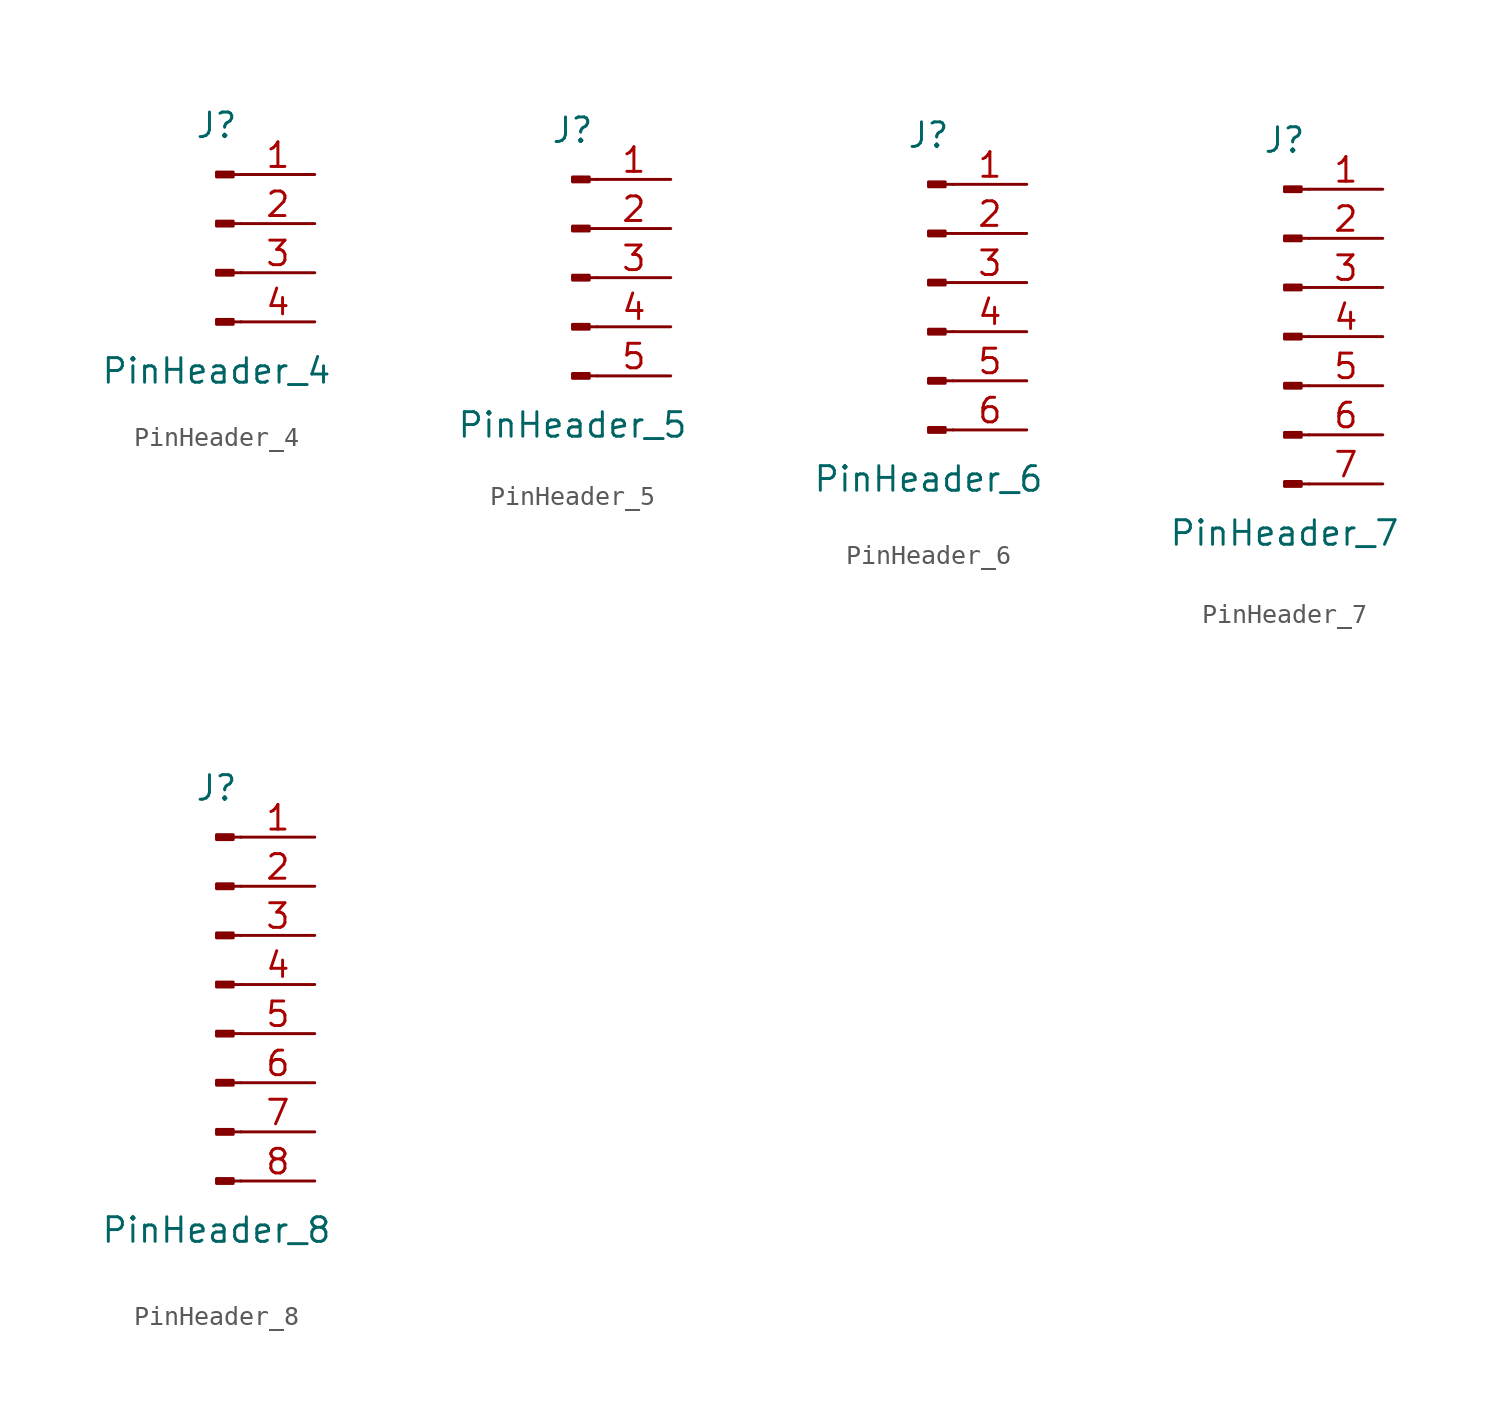
<source format=kicad_sym>
(kicad_symbol_lib
  (version 20220914)
  (generator kicad_symbol_editor)
  (symbol "PinHeader_4"
    (pin_names
      (offset 1.016) hide)
    (property "Reference" "J"
      (at 0 5.08 0)
      (effects (font (size 1.27 1.27))))
    (property "Value" "PinHeader_4"
      (at 0 -7.62 0)
      (effects (font (size 1.27 1.27))))
    (symbol "PinHeader_4_1_1"
      (polyline (pts (xy 1.27 -5.08) (xy 0.864 -5.08)) (stroke (width 0.152) (type default)) (fill (type none)))
      (polyline (pts (xy 1.27 -2.54) (xy 0.864 -2.54)) (stroke (width 0.152) (type default)) (fill (type none)))
      (polyline (pts (xy 1.27 0) (xy 0.864 0)) (stroke (width 0.152) (type default)) (fill (type none)))
      (polyline (pts (xy 1.27 2.54) (xy 0.864 2.54)) (stroke (width 0.152) (type default)) (fill (type none)))
      (rectangle (start 0.864 -4.953) (end 0 -5.207) (stroke (width 0.152) (type default)) (fill (type outline)))
      (rectangle (start 0.864 -2.413) (end 0 -2.667) (stroke (width 0.152) (type default)) (fill (type outline)))
      (rectangle (start 0.864 0.127) (end 0 -0.127) (stroke (width 0.152) (type default)) (fill (type outline)))
      (rectangle (start 0.864 2.667) (end 0 2.413) (stroke (width 0.152) (type default)) (fill (type outline)))
      (pin passive line (at 5.08 2.54 180) (length 3.81) (name "Pin_1" (effects (font (size 1.27 1.27)))) (number "1" (effects (font (size 1.27 1.27)))))
      (pin passive line (at 5.08 0 180) (length 3.81) (name "Pin_2" (effects (font (size 1.27 1.27)))) (number "2" (effects (font (size 1.27 1.27)))))
      (pin passive line (at 5.08 -2.54 180) (length 3.81) (name "Pin_3" (effects (font (size 1.27 1.27)))) (number "3" (effects (font (size 1.27 1.27)))))
      (pin passive line (at 5.08 -5.08 180) (length 3.81) (name "Pin_4" (effects (font (size 1.27 1.27)))) (number "4" (effects (font (size 1.27 1.27)))))))
  (symbol "PinHeader_5"
    (pin_names
      (offset 1.016) hide)
    (property "Reference" "J"
      (at 0 7.62 0)
      (effects (font (size 1.27 1.27))))
    (property "Value" "PinHeader_5"
      (at 0 -7.62 0)
      (effects (font (size 1.27 1.27))))
    (symbol "PinHeader_5_1_1"
      (polyline (pts (xy 1.27 -5.08) (xy 0.864 -5.08)) (stroke (width 0.152) (type default)) (fill (type none)))
      (polyline (pts (xy 1.27 -2.54) (xy 0.864 -2.54)) (stroke (width 0.152) (type default)) (fill (type none)))
      (polyline (pts (xy 1.27 0) (xy 0.864 0)) (stroke (width 0.152) (type default)) (fill (type none)))
      (polyline (pts (xy 1.27 2.54) (xy 0.864 2.54)) (stroke (width 0.152) (type default)) (fill (type none)))
      (polyline (pts (xy 1.27 5.08) (xy 0.864 5.08)) (stroke (width 0.152) (type default)) (fill (type none)))
      (rectangle (start 0.864 -4.953) (end 0 -5.207) (stroke (width 0.152) (type default)) (fill (type outline)))
      (rectangle (start 0.864 -2.413) (end 0 -2.667) (stroke (width 0.152) (type default)) (fill (type outline)))
      (rectangle (start 0.864 0.127) (end 0 -0.127) (stroke (width 0.152) (type default)) (fill (type outline)))
      (rectangle (start 0.864 2.667) (end 0 2.413) (stroke (width 0.152) (type default)) (fill (type outline)))
      (rectangle (start 0.864 5.207) (end 0 4.953) (stroke (width 0.152) (type default)) (fill (type outline)))
      (pin passive line (at 5.08 5.08 180) (length 3.81) (name "Pin_1" (effects (font (size 1.27 1.27)))) (number "1" (effects (font (size 1.27 1.27)))))
      (pin passive line (at 5.08 2.54 180) (length 3.81) (name "Pin_2" (effects (font (size 1.27 1.27)))) (number "2" (effects (font (size 1.27 1.27)))))
      (pin passive line (at 5.08 0 180) (length 3.81) (name "Pin_3" (effects (font (size 1.27 1.27)))) (number "3" (effects (font (size 1.27 1.27)))))
      (pin passive line (at 5.08 -2.54 180) (length 3.81) (name "Pin_4" (effects (font (size 1.27 1.27)))) (number "4" (effects (font (size 1.27 1.27)))))
      (pin passive line (at 5.08 -5.08 180) (length 3.81) (name "Pin_5" (effects (font (size 1.27 1.27)))) (number "5" (effects (font (size 1.27 1.27)))))))
  (symbol "PinHeader_6"
    (pin_names
      (offset 1.016) hide)
    (property "Reference" "J"
      (at 0 7.62 0)
      (effects (font (size 1.27 1.27))))
    (property "Value" "PinHeader_6"
      (at 0 -10.16 0)
      (effects (font (size 1.27 1.27))))
    (symbol "PinHeader_6_1_1"
      (polyline (pts (xy 1.27 -7.62) (xy 0.864 -7.62)) (stroke (width 0.152) (type default)) (fill (type none)))
      (polyline (pts (xy 1.27 -5.08) (xy 0.864 -5.08)) (stroke (width 0.152) (type default)) (fill (type none)))
      (polyline (pts (xy 1.27 -2.54) (xy 0.864 -2.54)) (stroke (width 0.152) (type default)) (fill (type none)))
      (polyline (pts (xy 1.27 0) (xy 0.864 0)) (stroke (width 0.152) (type default)) (fill (type none)))
      (polyline (pts (xy 1.27 2.54) (xy 0.864 2.54)) (stroke (width 0.152) (type default)) (fill (type none)))
      (polyline (pts (xy 1.27 5.08) (xy 0.864 5.08)) (stroke (width 0.152) (type default)) (fill (type none)))
      (rectangle (start 0.864 -7.493) (end 0 -7.747) (stroke (width 0.152) (type default)) (fill (type outline)))
      (rectangle (start 0.864 -4.953) (end 0 -5.207) (stroke (width 0.152) (type default)) (fill (type outline)))
      (rectangle (start 0.864 -2.413) (end 0 -2.667) (stroke (width 0.152) (type default)) (fill (type outline)))
      (rectangle (start 0.864 0.127) (end 0 -0.127) (stroke (width 0.152) (type default)) (fill (type outline)))
      (rectangle (start 0.864 2.667) (end 0 2.413) (stroke (width 0.152) (type default)) (fill (type outline)))
      (rectangle (start 0.864 5.207) (end 0 4.953) (stroke (width 0.152) (type default)) (fill (type outline)))
      (pin passive line (at 5.08 5.08 180) (length 3.81) (name "Pin_1" (effects (font (size 1.27 1.27)))) (number "1" (effects (font (size 1.27 1.27)))))
      (pin passive line (at 5.08 2.54 180) (length 3.81) (name "Pin_2" (effects (font (size 1.27 1.27)))) (number "2" (effects (font (size 1.27 1.27)))))
      (pin passive line (at 5.08 0 180) (length 3.81) (name "Pin_3" (effects (font (size 1.27 1.27)))) (number "3" (effects (font (size 1.27 1.27)))))
      (pin passive line (at 5.08 -2.54 180) (length 3.81) (name "Pin_4" (effects (font (size 1.27 1.27)))) (number "4" (effects (font (size 1.27 1.27)))))
      (pin passive line (at 5.08 -5.08 180) (length 3.81) (name "Pin_5" (effects (font (size 1.27 1.27)))) (number "5" (effects (font (size 1.27 1.27)))))
      (pin passive line (at 5.08 -7.62 180) (length 3.81) (name "Pin_6" (effects (font (size 1.27 1.27)))) (number "6" (effects (font (size 1.27 1.27)))))))
  (symbol "PinHeader_7"
    (pin_names
      (offset 1.016) hide)
    (property "Reference" "J"
      (at 0 10.16 0)
      (effects (font (size 1.27 1.27))))
    (property "Value" "PinHeader_7"
      (at 0 -10.16 0)
      (effects (font (size 1.27 1.27))))
    (symbol "PinHeader_7_1_1"
      (polyline (pts (xy 1.27 -7.62) (xy 0.864 -7.62)) (stroke (width 0.152) (type default)) (fill (type none)))
      (polyline (pts (xy 1.27 -5.08) (xy 0.864 -5.08)) (stroke (width 0.152) (type default)) (fill (type none)))
      (polyline (pts (xy 1.27 -2.54) (xy 0.864 -2.54)) (stroke (width 0.152) (type default)) (fill (type none)))
      (polyline (pts (xy 1.27 0) (xy 0.864 0)) (stroke (width 0.152) (type default)) (fill (type none)))
      (polyline (pts (xy 1.27 2.54) (xy 0.864 2.54)) (stroke (width 0.152) (type default)) (fill (type none)))
      (polyline (pts (xy 1.27 5.08) (xy 0.864 5.08)) (stroke (width 0.152) (type default)) (fill (type none)))
      (polyline (pts (xy 1.27 7.62) (xy 0.864 7.62)) (stroke (width 0.152) (type default)) (fill (type none)))
      (rectangle (start 0.864 -7.493) (end 0 -7.747) (stroke (width 0.152) (type default)) (fill (type outline)))
      (rectangle (start 0.864 -4.953) (end 0 -5.207) (stroke (width 0.152) (type default)) (fill (type outline)))
      (rectangle (start 0.864 -2.413) (end 0 -2.667) (stroke (width 0.152) (type default)) (fill (type outline)))
      (rectangle (start 0.864 0.127) (end 0 -0.127) (stroke (width 0.152) (type default)) (fill (type outline)))
      (rectangle (start 0.864 2.667) (end 0 2.413) (stroke (width 0.152) (type default)) (fill (type outline)))
      (rectangle (start 0.864 5.207) (end 0 4.953) (stroke (width 0.152) (type default)) (fill (type outline)))
      (rectangle (start 0.864 7.747) (end 0 7.493) (stroke (width 0.152) (type default)) (fill (type outline)))
      (pin passive line (at 5.08 7.62 180) (length 3.81) (name "Pin_1" (effects (font (size 1.27 1.27)))) (number "1" (effects (font (size 1.27 1.27)))))
      (pin passive line (at 5.08 5.08 180) (length 3.81) (name "Pin_2" (effects (font (size 1.27 1.27)))) (number "2" (effects (font (size 1.27 1.27)))))
      (pin passive line (at 5.08 2.54 180) (length 3.81) (name "Pin_3" (effects (font (size 1.27 1.27)))) (number "3" (effects (font (size 1.27 1.27)))))
      (pin passive line (at 5.08 0 180) (length 3.81) (name "Pin_4" (effects (font (size 1.27 1.27)))) (number "4" (effects (font (size 1.27 1.27)))))
      (pin passive line (at 5.08 -2.54 180) (length 3.81) (name "Pin_5" (effects (font (size 1.27 1.27)))) (number "5" (effects (font (size 1.27 1.27)))))
      (pin passive line (at 5.08 -5.08 180) (length 3.81) (name "Pin_6" (effects (font (size 1.27 1.27)))) (number "6" (effects (font (size 1.27 1.27)))))
      (pin passive line (at 5.08 -7.62 180) (length 3.81) (name "Pin_7" (effects (font (size 1.27 1.27)))) (number "7" (effects (font (size 1.27 1.27)))))))
  (symbol "PinHeader_8"
    (pin_names
      (offset 1.016) hide)
    (property "Reference" "J"
      (at 0 10.16 0)
      (effects (font (size 1.27 1.27))))
    (property "Value" "PinHeader_8"
      (at 0 -12.7 0)
      (effects (font (size 1.27 1.27))))
    (symbol "PinHeader_8_1_1"
      (polyline (pts (xy 1.27 -10.16) (xy 0.864 -10.16)) (stroke (width 0.152) (type default)) (fill (type none)))
      (polyline (pts (xy 1.27 -7.62) (xy 0.864 -7.62)) (stroke (width 0.152) (type default)) (fill (type none)))
      (polyline (pts (xy 1.27 -5.08) (xy 0.864 -5.08)) (stroke (width 0.152) (type default)) (fill (type none)))
      (polyline (pts (xy 1.27 -2.54) (xy 0.864 -2.54)) (stroke (width 0.152) (type default)) (fill (type none)))
      (polyline (pts (xy 1.27 0) (xy 0.864 0)) (stroke (width 0.152) (type default)) (fill (type none)))
      (polyline (pts (xy 1.27 2.54) (xy 0.864 2.54)) (stroke (width 0.152) (type default)) (fill (type none)))
      (polyline (pts (xy 1.27 5.08) (xy 0.864 5.08)) (stroke (width 0.152) (type default)) (fill (type none)))
      (polyline (pts (xy 1.27 7.62) (xy 0.864 7.62)) (stroke (width 0.152) (type default)) (fill (type none)))
      (rectangle (start 0.864 -10.033) (end 0 -10.287) (stroke (width 0.152) (type default)) (fill (type outline)))
      (rectangle (start 0.864 -7.493) (end 0 -7.747) (stroke (width 0.152) (type default)) (fill (type outline)))
      (rectangle (start 0.864 -4.953) (end 0 -5.207) (stroke (width 0.152) (type default)) (fill (type outline)))
      (rectangle (start 0.864 -2.413) (end 0 -2.667) (stroke (width 0.152) (type default)) (fill (type outline)))
      (rectangle (start 0.864 0.127) (end 0 -0.127) (stroke (width 0.152) (type default)) (fill (type outline)))
      (rectangle (start 0.864 2.667) (end 0 2.413) (stroke (width 0.152) (type default)) (fill (type outline)))
      (rectangle (start 0.864 5.207) (end 0 4.953) (stroke (width 0.152) (type default)) (fill (type outline)))
      (rectangle (start 0.864 7.747) (end 0 7.493) (stroke (width 0.152) (type default)) (fill (type outline)))
      (pin passive line (at 5.08 7.62 180) (length 3.81) (name "Pin_1" (effects (font (size 1.27 1.27)))) (number "1" (effects (font (size 1.27 1.27)))))
      (pin passive line (at 5.08 5.08 180) (length 3.81) (name "Pin_2" (effects (font (size 1.27 1.27)))) (number "2" (effects (font (size 1.27 1.27)))))
      (pin passive line (at 5.08 2.54 180) (length 3.81) (name "Pin_3" (effects (font (size 1.27 1.27)))) (number "3" (effects (font (size 1.27 1.27)))))
      (pin passive line (at 5.08 0 180) (length 3.81) (name "Pin_4" (effects (font (size 1.27 1.27)))) (number "4" (effects (font (size 1.27 1.27)))))
      (pin passive line (at 5.08 -2.54 180) (length 3.81) (name "Pin_5" (effects (font (size 1.27 1.27)))) (number "5" (effects (font (size 1.27 1.27)))))
      (pin passive line (at 5.08 -5.08 180) (length 3.81) (name "Pin_6" (effects (font (size 1.27 1.27)))) (number "6" (effects (font (size 1.27 1.27)))))
      (pin passive line (at 5.08 -7.62 180) (length 3.81) (name "Pin_7" (effects (font (size 1.27 1.27)))) (number "7" (effects (font (size 1.27 1.27)))))
      (pin passive line (at 5.08 -10.16 180) (length 3.81) (name "Pin_8" (effects (font (size 1.27 1.27)))) (number "8" (effects (font (size 1.27 1.27))))))))
</source>
